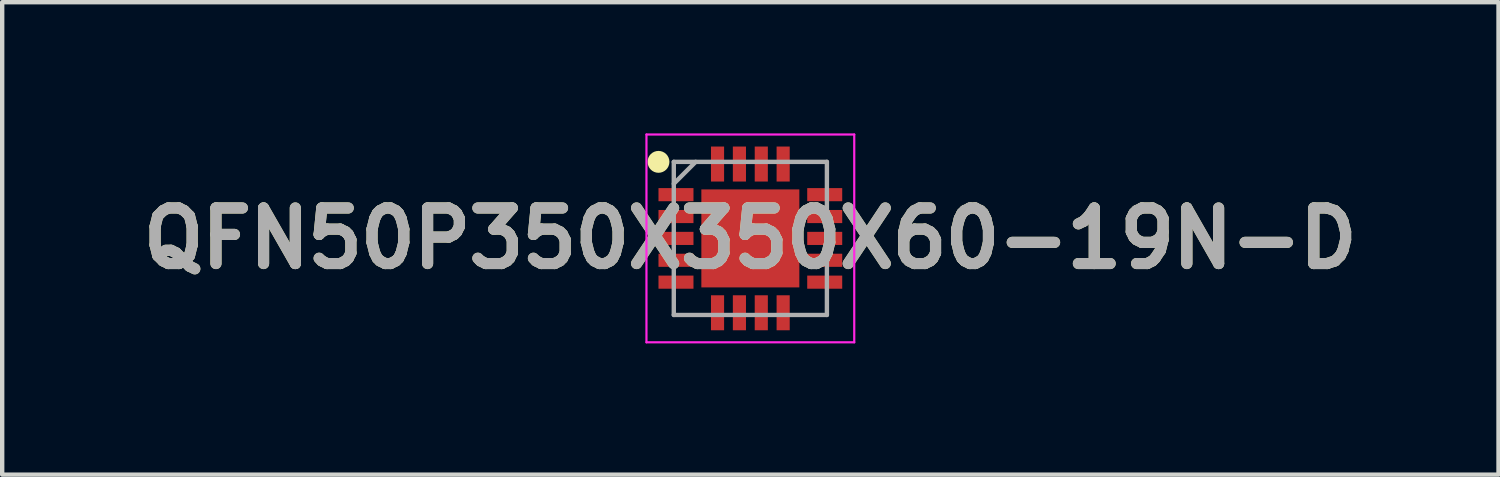
<source format=kicad_pcb>
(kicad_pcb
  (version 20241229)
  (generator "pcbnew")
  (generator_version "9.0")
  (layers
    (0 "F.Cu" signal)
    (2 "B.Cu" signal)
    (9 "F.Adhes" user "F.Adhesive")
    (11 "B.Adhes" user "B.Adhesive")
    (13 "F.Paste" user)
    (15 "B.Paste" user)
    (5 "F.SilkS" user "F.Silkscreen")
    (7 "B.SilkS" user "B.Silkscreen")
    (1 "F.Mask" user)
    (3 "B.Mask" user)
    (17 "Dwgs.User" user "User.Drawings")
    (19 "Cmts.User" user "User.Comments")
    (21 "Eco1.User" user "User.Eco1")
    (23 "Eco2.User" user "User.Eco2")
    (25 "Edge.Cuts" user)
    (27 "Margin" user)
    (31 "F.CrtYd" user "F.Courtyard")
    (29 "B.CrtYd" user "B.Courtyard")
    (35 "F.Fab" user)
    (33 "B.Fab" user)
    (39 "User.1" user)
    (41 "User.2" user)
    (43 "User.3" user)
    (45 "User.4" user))
  (footprint "QFN50P350X350X60-19N-D"
    (layer "F.Cu")
    (at 14.103 2.4)
    (property "Reference" "QFN50P350X350X60-19N-D" (at 0 0 0) (layer "F.SilkS") (effects (font (size 1.27 1.27) (thickness 0.254))))
    (attr smd)
    (fp_circle (center -2.1 -1.75) (end -2.1 -1.625) (stroke (width 0.25) (type solid)) (fill no) (layer "F.SilkS"))
    (fp_line (start -2.375 -2.375) (end 2.375 -2.375) (stroke (width 0.05) (type solid)) (layer "F.CrtYd"))
    (fp_line (start -2.375 2.375) (end -2.375 -2.375) (stroke (width 0.05) (type solid)) (layer "F.CrtYd"))
    (fp_line (start 2.375 -2.375) (end 2.375 2.375) (stroke (width 0.05) (type solid)) (layer "F.CrtYd"))
    (fp_line (start 2.375 2.375) (end -2.375 2.375) (stroke (width 0.05) (type solid)) (layer "F.CrtYd"))
    (fp_line (start -1.75 -1.75) (end 1.75 -1.75) (stroke (width 0.1) (type solid)) (layer "F.Fab"))
    (fp_line (start -1.75 -1.25) (end -1.25 -1.75) (stroke (width 0.1) (type solid)) (layer "F.Fab"))
    (fp_line (start -1.75 1.75) (end -1.75 -1.75) (stroke (width 0.1) (type solid)) (layer "F.Fab"))
    (fp_line (start 1.75 -1.75) (end 1.75 1.75) (stroke (width 0.1) (type solid)) (layer "F.Fab"))
    (fp_line (start 1.75 1.75) (end -1.75 1.75) (stroke (width 0.1) (type solid)) (layer "F.Fab"))
    (fp_text user "${REFERENCE}" (at 0 0 0) (layer "F.Fab") (effects (font (size 1.27 1.27) (thickness 0.254))))
    (pad "1" smd rect (at -1.7 -1 90) (size 0.3 0.8) (layers "F.Cu" "F.Mask" "F.Paste"))
    (pad "2" smd rect (at -1.7 -0.5 90) (size 0.3 0.8) (layers "F.Cu" "F.Mask" "F.Paste"))
    (pad "3" smd rect (at -1.7 0 90) (size 0.3 0.8) (layers "F.Cu" "F.Mask" "F.Paste"))
    (pad "4" smd rect (at -1.7 0.5 90) (size 0.3 0.8) (layers "F.Cu" "F.Mask" "F.Paste"))
    (pad "5" smd rect (at -1.7 1 90) (size 0.3 0.8) (layers "F.Cu" "F.Mask" "F.Paste"))
    (pad "6" smd rect (at -0.75 1.7) (size 0.3 0.8) (layers "F.Cu" "F.Mask" "F.Paste"))
    (pad "7" smd rect (at -0.25 1.7) (size 0.3 0.8) (layers "F.Cu" "F.Mask" "F.Paste"))
    (pad "8" smd rect (at 0.25 1.7) (size 0.3 0.8) (layers "F.Cu" "F.Mask" "F.Paste"))
    (pad "9" smd rect (at 0.75 1.7) (size 0.3 0.8) (layers "F.Cu" "F.Mask" "F.Paste"))
    (pad "10" smd rect (at 1.7 1 90) (size 0.3 0.8) (layers "F.Cu" "F.Mask" "F.Paste"))
    (pad "11" smd rect (at 1.7 0.5 90) (size 0.3 0.8) (layers "F.Cu" "F.Mask" "F.Paste"))
    (pad "12" smd rect (at 1.7 0 90) (size 0.3 0.8) (layers "F.Cu" "F.Mask" "F.Paste"))
    (pad "13" smd rect (at 1.7 -0.5 90) (size 0.3 0.8) (layers "F.Cu" "F.Mask" "F.Paste"))
    (pad "14" smd rect (at 1.7 -1 90) (size 0.3 0.8) (layers "F.Cu" "F.Mask" "F.Paste"))
    (pad "15" smd rect (at 0.75 -1.7) (size 0.3 0.8) (layers "F.Cu" "F.Mask" "F.Paste"))
    (pad "16" smd rect (at 0.25 -1.7) (size 0.3 0.8) (layers "F.Cu" "F.Mask" "F.Paste"))
    (pad "17" smd rect (at -0.25 -1.7) (size 0.3 0.8) (layers "F.Cu" "F.Mask" "F.Paste"))
    (pad "18" smd rect (at -0.75 -1.7) (size 0.3 0.8) (layers "F.Cu" "F.Mask" "F.Paste"))
    (pad "19" smd rect (at 0 0) (size 2.24 2.24) (layers "F.Cu" "F.Mask" "F.Paste")))
  (gr_rect
    (start -3 -3)
    (end 31.206 7.8)
    (stroke (width 0.1) (type default))
    (fill no)
    (layer "Edge.Cuts")))
</source>
